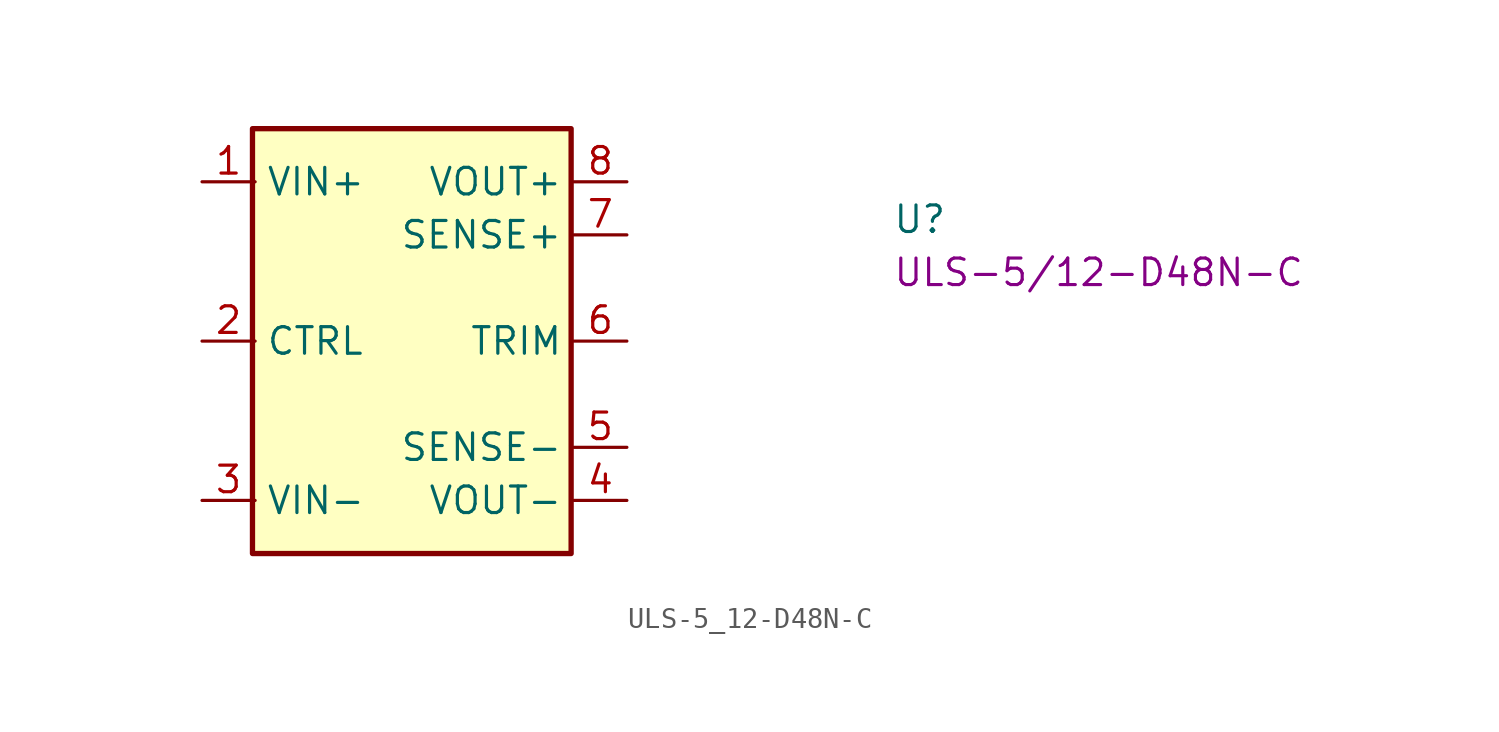
<source format=kicad_sym>
(kicad_symbol_lib
  (version 20220914)
  (generator kicad_symbol_editor)
  (symbol "ULS-5_12-D48N-C"
    (property "Reference" "U"
      (at 33.02 -2.54 0)
      (effects (font (size 1.27 1.27) (thickness 0.15)) (justify left bottom)))
    (property "MPN" "ULS-5/12-D48N-C"
      (at 33.02 -5.08 0)
      (effects (font (size 1.27 1.27) (thickness 0.15)) (justify left bottom)))
    (symbol "ULS-5_12-D48N-C_1_1"
      (rectangle (start 2.413 2.54) (end 17.653 -17.78) (stroke (width 0.254) (type default)) (fill (type background)))
      (pin power_in line (at 0 0 0) (length 2.54) (name "VIN+" (effects (font (size 1.27 1.27)))) (number "1" (effects (font (size 1.27 1.27)))))
      (pin input line (at 0 -7.62 0) (length 2.54) (name "CTRL" (effects (font (size 1.27 1.27)))) (number "2" (effects (font (size 1.27 1.27)))))
      (pin power_in line (at 0 -15.24 0) (length 2.54) (name "VIN-" (effects (font (size 1.27 1.27)))) (number "3" (effects (font (size 1.27 1.27)))))
      (pin power_out line (at 20.32 -15.24 180) (length 2.54) (name "VOUT-" (effects (font (size 1.27 1.27)))) (number "4" (effects (font (size 1.27 1.27)))))
      (pin passive line (at 20.32 -12.7 180) (length 2.54) (name "SENSE-" (effects (font (size 1.27 1.27)))) (number "5" (effects (font (size 1.27 1.27)))))
      (pin input line (at 20.32 -7.62 180) (length 2.54) (name "TRIM" (effects (font (size 1.27 1.27)))) (number "6" (effects (font (size 1.27 1.27)))))
      (pin passive line (at 20.32 -2.54 180) (length 2.54) (name "SENSE+" (effects (font (size 1.27 1.27)))) (number "7" (effects (font (size 1.27 1.27)))))
      (pin power_out line (at 20.32 0 180) (length 2.54) (name "VOUT+" (effects (font (size 1.27 1.27)))) (number "8" (effects (font (size 1.27 1.27))))))))
</source>
